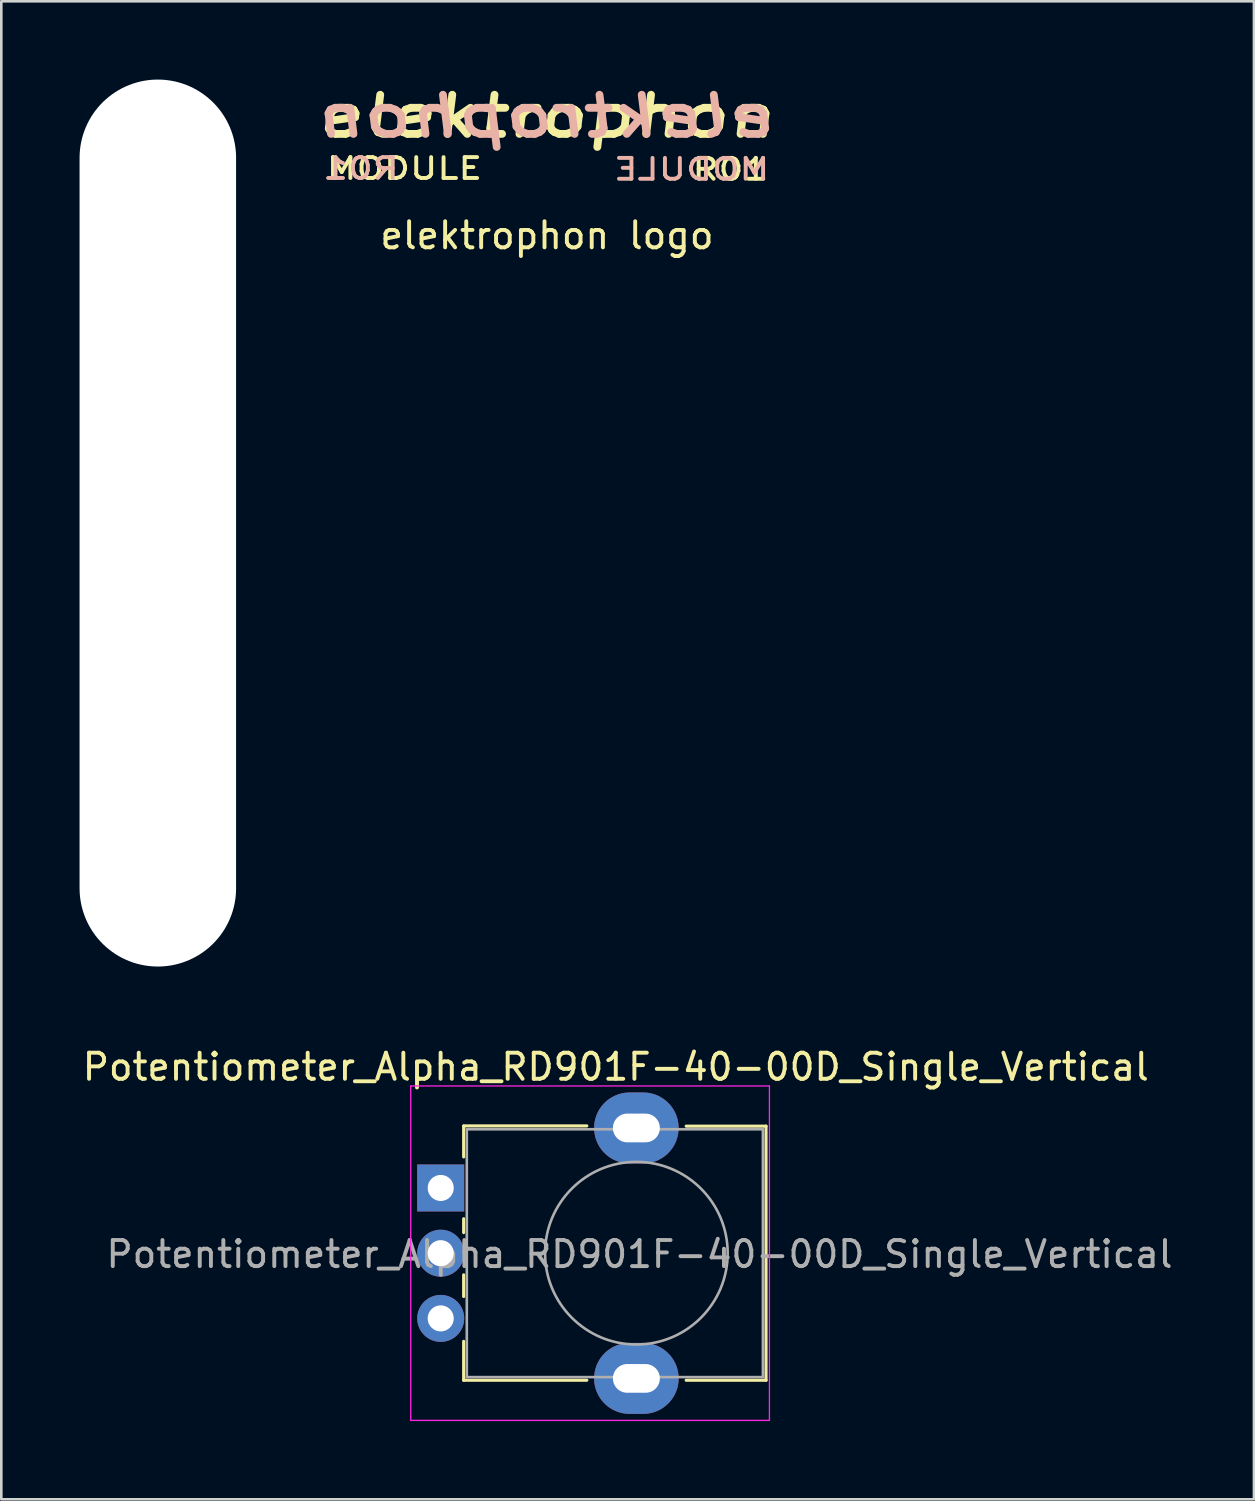
<source format=kicad_pcb>
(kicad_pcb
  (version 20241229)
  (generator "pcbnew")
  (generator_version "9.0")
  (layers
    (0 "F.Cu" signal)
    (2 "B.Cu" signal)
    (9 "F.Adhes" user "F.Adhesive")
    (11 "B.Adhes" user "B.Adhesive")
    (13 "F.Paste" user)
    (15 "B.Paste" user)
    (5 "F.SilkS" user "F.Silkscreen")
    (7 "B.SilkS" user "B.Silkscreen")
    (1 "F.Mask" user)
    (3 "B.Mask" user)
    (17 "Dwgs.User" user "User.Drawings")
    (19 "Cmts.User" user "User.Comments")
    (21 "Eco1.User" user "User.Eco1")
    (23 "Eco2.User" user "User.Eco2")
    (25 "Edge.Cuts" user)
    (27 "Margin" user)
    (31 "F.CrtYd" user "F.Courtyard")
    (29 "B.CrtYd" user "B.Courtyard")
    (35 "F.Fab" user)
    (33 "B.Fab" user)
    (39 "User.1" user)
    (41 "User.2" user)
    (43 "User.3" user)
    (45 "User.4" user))
  (footprint "1J24B_mounting_hole"
    (layer "F.Cu")
    (at 3 17)
    (property "Reference" "1J24B_mounting_hole" (at 0 2.54 90) (layer "F.SilkS") (effects (font (size 0.941 0.941) (thickness 0.075)) (justify left)))
    (pad "" np_thru_hole oval (at 0 0 90) (size 34 6) (drill oval 34 6) (layers "*.Cu" "*.Mask")))
  (footprint "Potentiometer_Alpha_RD901F-40-00D_Single_Vertical"
    (layer "F.Cu")
    (at 21.344 45.028)
    (property "Reference" "Potentiometer_Alpha_RD901F-40-00D_Single_Vertical" (at -0.79 -7.18 180) (layer "F.SilkS") (effects (font (size 1 1) (thickness 0.15))))
    (attr through_hole)
    (fp_line (start -6.62 -4.92) (end -1.9 -4.92) (stroke (width 0.12) (type solid)) (layer "F.SilkS"))
    (fp_line (start -6.62 -3.73) (end -6.62 -4.91) (stroke (width 0.12) (type solid)) (layer "F.SilkS"))
    (fp_line (start -6.62 -0.83) (end -6.62 -1.36) (stroke (width 0.12) (type solid)) (layer "F.SilkS"))
    (fp_line (start -6.62 1.62) (end -6.62 0.79) (stroke (width 0.12) (type solid)) (layer "F.SilkS"))
    (fp_line (start -6.62 4.83) (end -6.62 3.34) (stroke (width 0.12) (type solid)) (layer "F.SilkS"))
    (fp_line (start -6.62 4.83) (end -1.9 4.83) (stroke (width 0.12) (type solid)) (layer "F.SilkS"))
    (fp_line (start 1.91 -4.91) (end 4.97 -4.91) (stroke (width 0.12) (type solid)) (layer "F.SilkS"))
    (fp_line (start 1.91 4.83) (end 4.97 4.83) (stroke (width 0.12) (type solid)) (layer "F.SilkS"))
    (fp_line (start 4.97 4.83) (end 4.97 -4.91) (stroke (width 0.12) (type solid)) (layer "F.SilkS"))
    (fp_line (start -8.65 -6.45) (end -8.65 6.37) (stroke (width 0.05) (type solid)) (layer "F.CrtYd"))
    (fp_line (start -8.65 6.37) (end 5.1 6.37) (stroke (width 0.05) (type solid)) (layer "F.CrtYd"))
    (fp_line (start 5.1 -6.45) (end -8.65 -6.45) (stroke (width 0.05) (type solid)) (layer "F.CrtYd"))
    (fp_line (start 5.1 6.37) (end 5.1 -6.45) (stroke (width 0.05) (type solid)) (layer "F.CrtYd"))
    (fp_line (start -6.5 -4.79) (end 4.85 -4.79) (stroke (width 0.1) (type solid)) (layer "F.Fab"))
    (fp_line (start -6.5 4.71) (end -6.5 -4.79) (stroke (width 0.1) (type solid)) (layer "F.Fab"))
    (fp_line (start -6.5 4.71) (end 4.85 4.71) (stroke (width 0.1) (type solid)) (layer "F.Fab"))
    (fp_line (start 4.85 4.71) (end 4.85 -4.79) (stroke (width 0.1) (type solid)) (layer "F.Fab"))
    (fp_circle (center 0 -0.04) (end 0 -3.54) (stroke (width 0.1) (type solid)) (fill no) (layer "F.Fab"))
    (fp_text user "${REFERENCE}" (at 0.12 0 0) (layer "F.Fab") (effects (font (size 1 1) (thickness 0.15))))
    (pad "" thru_hole oval (at 0 -4.84 90) (size 2.72 3.24) (drill oval 1.1 1.8) (layers "*.Cu" "*.Mask"))
    (pad "" thru_hole oval (at 0 4.76 90) (size 2.72 3.24) (drill oval 1.1 1.8) (layers "*.Cu" "*.Mask"))
    (pad "1" thru_hole rect (at -7.5 -2.54 90) (size 1.8 1.8) (drill 1) (layers "*.Cu" "*.Mask"))
    (pad "2" thru_hole circle (at -7.5 -0.04 90) (size 1.8 1.8) (drill 1) (layers "*.Cu" "*.Mask"))
    (pad "3" thru_hole circle (at -7.5 2.46 90) (size 1.8 1.8) (drill 1) (layers "*.Cu" "*.Mask")))
  (footprint "elektrophon logo"
    (layer "F.Cu")
    (at 17.918 2.42)
    (property "Reference" "elektrophon logo" (at 0 3.556 0) (layer "F.SilkS") (effects (font (size 1 1) (thickness 0.15))))
    (attr through_hole)
    (fp_text user "R01" (at 8.58 1.02 0) (layer "F.SilkS") (effects (font (size 0.8 1) (thickness 0.15)) (justify right)))
    (fp_text user "elektrophon" (at 0 -1.016 0) (layer "F.SilkS") (effects (font (size 1.5 2) (thickness 0.3) (italic yes))))
    (fp_text user "MODULE" (at -8.54 0.99 0) (layer "F.SilkS") (effects (font (size 0.8 1) (thickness 0.15)) (justify left)))
    (fp_text user "elektrophon" (at 0 -1.016 0) (layer "B.SilkS") (effects (font (size 1.5 2) (thickness 0.3) (italic yes)) (justify mirror)))
    (fp_text user "MODULE" (at 8.62 1.02 0) (layer "B.SilkS") (effects (font (size 0.8 1) (thickness 0.15)) (justify left mirror)))
    (fp_text user "R01" (at -8.68 0.99 0) (layer "B.SilkS") (effects (font (size 0.8 1) (thickness 0.15)) (justify right mirror))))
  (gr_rect
    (start -3 -3)
    (end 45.017 54.423)
    (stroke (width 0.1) (type default))
    (fill no)
    (layer "Edge.Cuts")))
</source>
